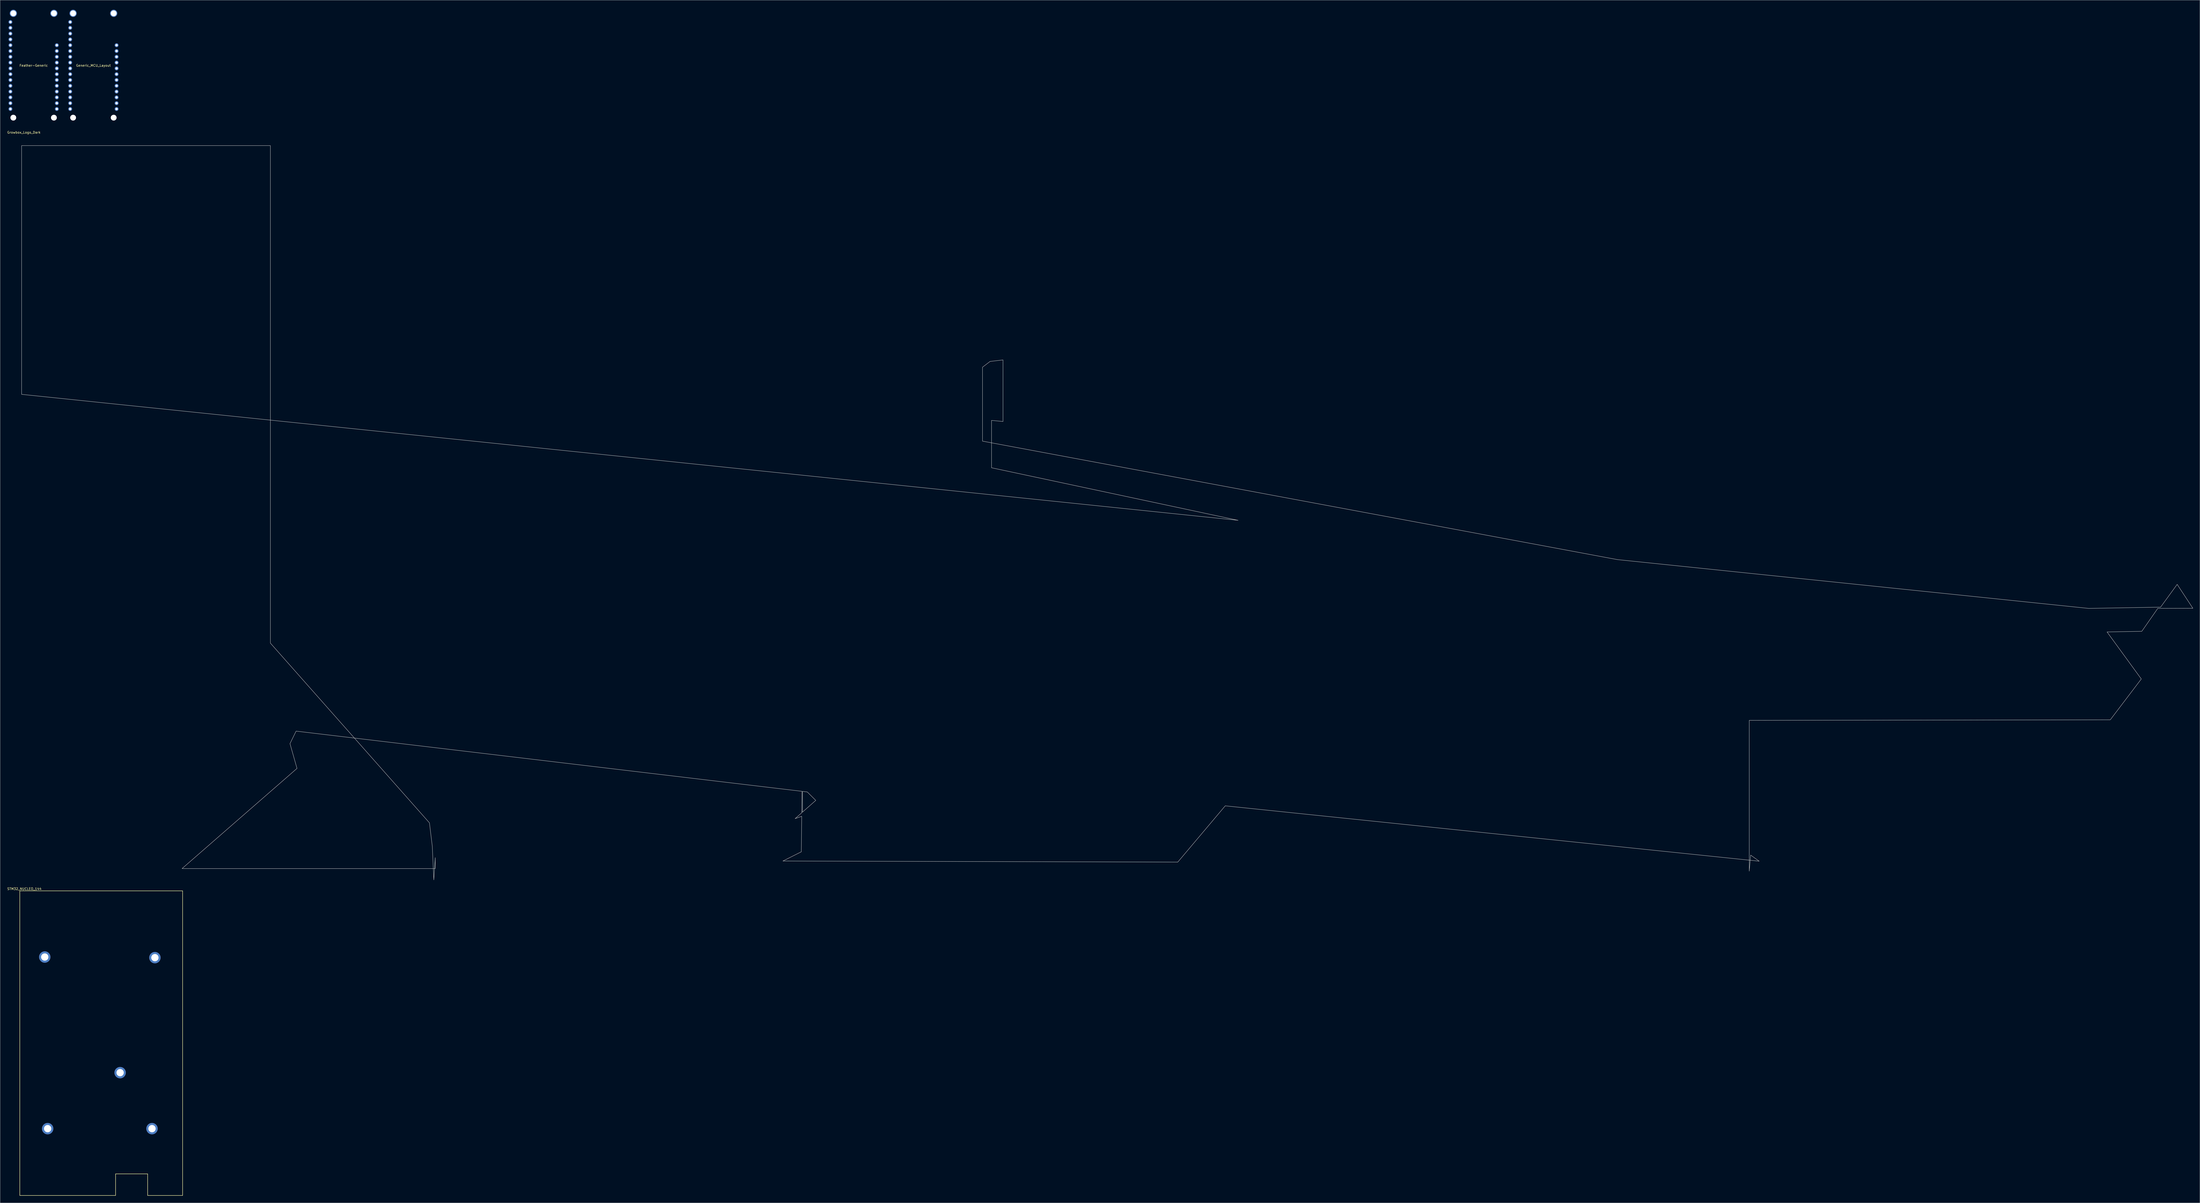
<source format=kicad_pcb>
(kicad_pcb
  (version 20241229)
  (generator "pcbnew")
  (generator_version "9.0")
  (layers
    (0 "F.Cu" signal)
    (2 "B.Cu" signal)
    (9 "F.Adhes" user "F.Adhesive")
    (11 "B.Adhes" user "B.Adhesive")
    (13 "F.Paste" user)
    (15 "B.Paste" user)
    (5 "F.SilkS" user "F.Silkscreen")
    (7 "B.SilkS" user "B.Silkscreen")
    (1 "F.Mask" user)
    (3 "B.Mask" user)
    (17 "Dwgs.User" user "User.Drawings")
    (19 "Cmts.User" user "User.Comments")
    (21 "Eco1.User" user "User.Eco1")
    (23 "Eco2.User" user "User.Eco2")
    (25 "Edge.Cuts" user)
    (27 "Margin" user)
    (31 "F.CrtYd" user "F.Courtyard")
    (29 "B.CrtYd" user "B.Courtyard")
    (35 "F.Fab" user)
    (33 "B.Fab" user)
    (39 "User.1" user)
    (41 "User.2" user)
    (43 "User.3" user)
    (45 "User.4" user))
  (footprint "Feather-Generic"
    (layer "F.Cu")
    (at 0.25 0.25)
    (property "Reference" "Feather-Generic" (at 11.43 25.4 0) (layer "F.SilkS") (effects (font (size 1 1) (thickness 0.15))))
    (attr through_hole)
    (fp_line (start 0 2.54) (end 0 48.26) (stroke (width 0.15) (type solid)) (layer "Eco1.User"))
    (fp_line (start 2.54 0) (end 20.32 0) (stroke (width 0.15) (type solid)) (layer "Eco1.User"))
    (fp_line (start 2.54 50.8) (end 20.32 50.8) (stroke (width 0.15) (type solid)) (layer "Eco1.User"))
    (fp_line (start 22.86 2.54) (end 22.86 48.26) (stroke (width 0.15) (type solid)) (layer "Eco1.User"))
    (fp_arc (start 0 2.54) (mid 0.743949 0.743949) (end 2.54 0) (stroke (width 0.15) (type solid)) (layer "Eco1.User"))
    (fp_arc (start 2.54 50.8) (mid 0.743949 50.056051) (end 0 48.26) (stroke (width 0.15) (type solid)) (layer "Eco1.User"))
    (fp_arc (start 20.32 0) (mid 22.116051 0.743949) (end 22.86 2.54) (stroke (width 0.15) (type solid)) (layer "Eco1.User"))
    (fp_arc (start 22.86 48.26) (mid 22.116051 50.056051) (end 20.32 50.8) (stroke (width 0.15) (type solid)) (layer "Eco1.User"))
    (pad "" thru_hole circle (at 2.54 2.54) (size 3.175 3.175) (drill 2.54) (layers "*.Cu" "*.Mask"))
    (pad "" thru_hole circle (at 2.54 48.26) (size 2.54 2.54) (drill 2.54) (layers "*.Cu" "*.Mask"))
    (pad "" thru_hole circle (at 20.32 2.54) (size 3.175 3.175) (drill 2.54) (layers "*.Cu" "*.Mask"))
    (pad "" thru_hole circle (at 20.32 48.26) (size 2.54 2.54) (drill 2.54) (layers "*.Cu" "*.Mask"))
    (pad "1" thru_hole oval (at 1.27 6.35) (size 1.7 1.7) (drill 1) (layers "*.Cu" "*.Mask"))
    (pad "2" thru_hole oval (at 1.27 8.89) (size 1.7 1.7) (drill 1) (layers "*.Cu" "*.Mask"))
    (pad "3" thru_hole oval (at 1.27 11.43) (size 1.7 1.7) (drill 1) (layers "*.Cu" "*.Mask"))
    (pad "4" thru_hole oval (at 1.27 13.97) (size 1.7 1.7) (drill 1) (layers "*.Cu" "*.Mask"))
    (pad "5" thru_hole oval (at 1.27 16.51) (size 1.7 1.7) (drill 1) (layers "*.Cu" "*.Mask"))
    (pad "6" thru_hole oval (at 1.27 19.05) (size 1.7 1.7) (drill 1) (layers "*.Cu" "*.Mask"))
    (pad "7" thru_hole oval (at 1.27 21.59) (size 1.7 1.7) (drill 1) (layers "*.Cu" "*.Mask"))
    (pad "8" thru_hole oval (at 1.27 24.13) (size 1.7 1.7) (drill 1) (layers "*.Cu" "*.Mask"))
    (pad "9" thru_hole oval (at 1.27 26.67) (size 1.7 1.7) (drill 1) (layers "*.Cu" "*.Mask"))
    (pad "10" thru_hole oval (at 1.27 29.21) (size 1.7 1.7) (drill 1) (layers "*.Cu" "*.Mask"))
    (pad "11" thru_hole oval (at 1.27 31.75) (size 1.7 1.7) (drill 1) (layers "*.Cu" "*.Mask"))
    (pad "12" thru_hole oval (at 1.27 34.29) (size 1.7 1.7) (drill 1) (layers "*.Cu" "*.Mask"))
    (pad "13" thru_hole oval (at 1.27 36.83) (size 1.7 1.7) (drill 1) (layers "*.Cu" "*.Mask"))
    (pad "14" thru_hole oval (at 1.27 39.37) (size 1.7 1.7) (drill 1) (layers "*.Cu" "*.Mask"))
    (pad "15" thru_hole oval (at 1.27 41.91) (size 1.7 1.7) (drill 1) (layers "*.Cu" "*.Mask"))
    (pad "16" thru_hole oval (at 1.27 44.45) (size 1.7 1.7) (drill 1) (layers "*.Cu" "*.Mask"))
    (pad "17" thru_hole oval (at 21.59 44.45) (size 1.7 1.7) (drill 1) (layers "*.Cu" "*.Mask"))
    (pad "18" thru_hole oval (at 21.59 41.91) (size 1.7 1.7) (drill 1) (layers "*.Cu" "*.Mask"))
    (pad "19" thru_hole oval (at 21.59 39.37) (size 1.7 1.7) (drill 1) (layers "*.Cu" "*.Mask"))
    (pad "20" thru_hole oval (at 21.59 36.83) (size 1.7 1.7) (drill 1) (layers "*.Cu" "*.Mask"))
    (pad "21" thru_hole oval (at 21.59 34.29) (size 1.7 1.7) (drill 1) (layers "*.Cu" "*.Mask"))
    (pad "22" thru_hole oval (at 21.59 31.75) (size 1.7 1.7) (drill 1) (layers "*.Cu" "*.Mask"))
    (pad "23" thru_hole oval (at 21.59 29.21) (size 1.7 1.7) (drill 1) (layers "*.Cu" "*.Mask"))
    (pad "24" thru_hole oval (at 21.59 26.67) (size 1.7 1.7) (drill 1) (layers "*.Cu" "*.Mask"))
    (pad "25" thru_hole oval (at 21.59 24.13) (size 1.7 1.7) (drill 1) (layers "*.Cu" "*.Mask"))
    (pad "26" thru_hole oval (at 21.59 21.59) (size 1.7 1.7) (drill 1) (layers "*.Cu" "*.Mask"))
    (pad "27" thru_hole oval (at 21.59 19.05) (size 1.7 1.7) (drill 1) (layers "*.Cu" "*.Mask"))
    (pad "28" thru_hole oval (at 21.59 16.51) (size 1.7 1.7) (drill 1) (layers "*.Cu" "*.Mask")))
  (footprint "Generic_MCU_Layout"
    (layer "F.Cu")
    (at 26.435 0.25)
    (property "Reference" "Generic_MCU_Layout" (at 11.43 25.4 0) (layer "F.SilkS") (effects (font (size 1 1) (thickness 0.15))))
    (attr through_hole)
    (fp_line (start 0 2.54) (end 0 48.26) (stroke (width 0.15) (type solid)) (layer "Eco1.User"))
    (fp_line (start 2.54 0) (end 20.32 0) (stroke (width 0.15) (type solid)) (layer "Eco1.User"))
    (fp_line (start 2.54 50.8) (end 20.32 50.8) (stroke (width 0.15) (type solid)) (layer "Eco1.User"))
    (fp_line (start 22.86 2.54) (end 22.86 48.26) (stroke (width 0.15) (type solid)) (layer "Eco1.User"))
    (fp_arc (start 0 2.54) (mid 0.743949 0.743949) (end 2.54 0) (stroke (width 0.15) (type solid)) (layer "Eco1.User"))
    (fp_arc (start 2.54 50.8) (mid 0.743949 50.056051) (end 0 48.26) (stroke (width 0.15) (type solid)) (layer "Eco1.User"))
    (fp_arc (start 20.32 0) (mid 22.116051 0.743949) (end 22.86 2.54) (stroke (width 0.15) (type solid)) (layer "Eco1.User"))
    (fp_arc (start 22.86 48.26) (mid 22.116051 50.056051) (end 20.32 50.8) (stroke (width 0.15) (type solid)) (layer "Eco1.User"))
    (pad "" thru_hole circle (at 2.54 2.54) (size 3.175 3.175) (drill 2.54) (layers "*.Cu" "*.Mask"))
    (pad "" thru_hole circle (at 2.54 48.26) (size 2.54 2.54) (drill 2.54) (layers "*.Cu" "*.Mask"))
    (pad "" thru_hole circle (at 20.32 2.54) (size 3.175 3.175) (drill 2.54) (layers "*.Cu" "*.Mask"))
    (pad "" thru_hole circle (at 20.32 48.26) (size 2.54 2.54) (drill 2.54) (layers "*.Cu" "*.Mask"))
    (pad "1" thru_hole oval (at 1.27 6.35) (size 1.7 1.7) (drill 1) (layers "*.Cu" "*.Mask"))
    (pad "2" thru_hole oval (at 1.27 8.89) (size 1.7 1.7) (drill 1) (layers "*.Cu" "*.Mask"))
    (pad "3" thru_hole oval (at 1.27 11.43) (size 1.7 1.7) (drill 1) (layers "*.Cu" "*.Mask"))
    (pad "4" thru_hole oval (at 1.27 13.97) (size 1.7 1.7) (drill 1) (layers "*.Cu" "*.Mask"))
    (pad "5" thru_hole oval (at 1.27 16.51) (size 1.7 1.7) (drill 1) (layers "*.Cu" "*.Mask"))
    (pad "6" thru_hole oval (at 1.27 19.05) (size 1.7 1.7) (drill 1) (layers "*.Cu" "*.Mask"))
    (pad "7" thru_hole oval (at 1.27 21.59) (size 1.7 1.7) (drill 1) (layers "*.Cu" "*.Mask"))
    (pad "8" thru_hole oval (at 1.27 24.13) (size 1.7 1.7) (drill 1) (layers "*.Cu" "*.Mask"))
    (pad "9" thru_hole oval (at 1.27 26.67) (size 1.7 1.7) (drill 1) (layers "*.Cu" "*.Mask"))
    (pad "10" thru_hole oval (at 1.27 29.21) (size 1.7 1.7) (drill 1) (layers "*.Cu" "*.Mask"))
    (pad "11" thru_hole oval (at 1.27 31.75) (size 1.7 1.7) (drill 1) (layers "*.Cu" "*.Mask"))
    (pad "12" thru_hole oval (at 1.27 34.29) (size 1.7 1.7) (drill 1) (layers "*.Cu" "*.Mask"))
    (pad "13" thru_hole oval (at 1.27 36.83) (size 1.7 1.7) (drill 1) (layers "*.Cu" "*.Mask"))
    (pad "14" thru_hole oval (at 1.27 39.37) (size 1.7 1.7) (drill 1) (layers "*.Cu" "*.Mask"))
    (pad "15" thru_hole oval (at 1.27 41.91) (size 1.7 1.7) (drill 1) (layers "*.Cu" "*.Mask"))
    (pad "16" thru_hole oval (at 1.27 44.45) (size 1.7 1.7) (drill 1) (layers "*.Cu" "*.Mask"))
    (pad "17" thru_hole oval (at 21.59 44.45) (size 1.7 1.7) (drill 1) (layers "*.Cu" "*.Mask"))
    (pad "18" thru_hole oval (at 21.59 41.91) (size 1.7 1.7) (drill 1) (layers "*.Cu" "*.Mask"))
    (pad "19" thru_hole oval (at 21.59 39.37) (size 1.7 1.7) (drill 1) (layers "*.Cu" "*.Mask"))
    (pad "20" thru_hole oval (at 21.59 36.83) (size 1.7 1.7) (drill 1) (layers "*.Cu" "*.Mask"))
    (pad "21" thru_hole oval (at 21.59 34.29) (size 1.7 1.7) (drill 1) (layers "*.Cu" "*.Mask"))
    (pad "22" thru_hole oval (at 21.59 31.75) (size 1.7 1.7) (drill 1) (layers "*.Cu" "*.Mask"))
    (pad "23" thru_hole oval (at 21.59 29.21) (size 1.7 1.7) (drill 1) (layers "*.Cu" "*.Mask"))
    (pad "24" thru_hole oval (at 21.59 26.67) (size 1.7 1.7) (drill 1) (layers "*.Cu" "*.Mask"))
    (pad "25" thru_hole oval (at 21.59 24.13) (size 1.7 1.7) (drill 1) (layers "*.Cu" "*.Mask"))
    (pad "26" thru_hole oval (at 21.59 21.59) (size 1.7 1.7) (drill 1) (layers "*.Cu" "*.Mask"))
    (pad "27" thru_hole oval (at 21.59 19.05) (size 1.7 1.7) (drill 1) (layers "*.Cu" "*.Mask"))
    (pad "28" thru_hole oval (at 21.59 16.51) (size 1.7 1.7) (drill 1) (layers "*.Cu" "*.Mask")))
  (footprint "STM32_NUCLEO_144"
    (layer "F.Cu")
    (at 5.625 520.768)
    (property "Reference" "STM32_NUCLEO_144" (at 2 -134.35 0) (layer "F.SilkS") (effects (font (size 1 1) (thickness 0.15))))
    (attr through_hole)
    (fp_line (start 0 -133.469) (end 71.334 -133.469) (stroke (width 0.2) (type solid)) (layer "F.SilkS"))
    (fp_line (start 0 0) (end 0 -133.469) (stroke (width 0.2) (type solid)) (layer "F.SilkS"))
    (fp_line (start 0 0) (end 41.966 0) (stroke (width 0.2) (type solid)) (layer "F.SilkS"))
    (fp_line (start 41.966 -9.458) (end 56.011 -9.458) (stroke (width 0.2) (type solid)) (layer "F.SilkS"))
    (fp_line (start 41.966 0) (end 41.966 -9.458) (stroke (width 0.2) (type solid)) (layer "F.SilkS"))
    (fp_line (start 56.011 0) (end 56.011 -9.458) (stroke (width 0.2) (type solid)) (layer "F.SilkS"))
    (fp_line (start 56.011 0) (end 71.334 0) (stroke (width 0.2) (type solid)) (layer "F.SilkS"))
    (fp_line (start 71.334 0) (end 71.334 -133.469) (stroke (width 0.2) (type solid)) (layer "F.SilkS"))
    (pad "" thru_hole circle (at 10.934 -104.475) (size 5 5) (drill 3.2) (layers "*.Cu" "*.Mask"))
    (pad "" thru_hole circle (at 12.204 -29.275) (size 5 5) (drill 3.2) (layers "*.Cu" "*.Mask"))
    (pad "" thru_hole circle (at 43.954 -53.812) (size 5 5) (drill 3.2) (layers "*.Cu" "*.Mask"))
    (pad "" thru_hole circle (at 57.924 -29.275) (size 5 5) (drill 3.2) (layers "*.Cu" "*.Mask"))
    (pad "" thru_hole circle (at 59.194 -104.205) (size 5 5) (drill 3.2) (layers "*.Cu" "*.Mask")))
  (footprint "Growbox_Logo_Dark"
    (layer "F.Cu")
    (at 7.182 59.977)
    (property "Reference" "Growbox_Logo_Dark" (at 0.229 -5.004 180) (layer "F.SilkS") (effects (font (size 1 1) (thickness 0.15))))
    (attr through_hole)
    (fp_poly (pts (xy -0.768 109.768) (xy -0.768 0.768) (xy 108.232 0.768) (xy 108.232 109.768) (xy 108.232 218.768) (xy 177.918 297.518) (xy 179.166 307.768) (xy 179.832 322.518) (xy 180.456 312.768) (xy 180.456 317.56) (xy 180.456 228.56) (xy 180.456 139.56) (xy 180.456 228.56) (xy 180.456 317.56) (xy 44.383 317.56) (xy 69.533 317.56) (xy 119.897 273.666) (xy 116.813 262.815) (xy 119.502 257.333) (xy 343.452 283.982) (xy 347.18 287.679) (xy 338.124 295.679) (xy 341.374 294.514) (xy 341.374 280.112) (xy 341.374 265.71) (xy 341.105 287.96) (xy 340.836 310.21) (xy 332.784 314.249) (xy 505.784 314.718) (xy 526.576 290.066) (xy 760.523 314.328) (xy 756.784 311.658) (xy 756.474 315.176) (xy 756.163 318.693) (xy 756.163 262.193) (xy 756.163 205.693) (xy 756.163 224.171) (xy 756.163 242.649) (xy 760.762 239.733) (xy 774.063 215.846) (xy 856.023 240.124) (xy 876.815 215.471) (xy 420.232 130.268) (xy 420.232 88.768) (xy 420.232 93.319) (xy 420.232 97.87) (xy 423.537 95.349) (xy 429.208 94.683) (xy 429.208 108.173) (xy 429.208 121.664) (xy 424.19 121.182) (xy 424.184 141.932) (xy 608.279 181.182) (xy 616.681 206.388) (xy 625.083 231.594) (xy 630.285 216.638) (xy 633.897 206.388) (xy 642.199 231.362) (xy 649.175 211.112) (xy 634.889 251.612) (xy 620.826 251.888) (xy 606.763 252.165) (xy 599.502 230.888) (xy 591.626 252.851) (xy 914.338 252.377) (xy 927.925 234.483) (xy 924.576 229.877) (xy 912.92 213.877) (xy 928.153 213.599) (xy 935.153 203.543) (xy 950.525 203.509) (xy 943.641 193.028) (xy 936.387 203.005) (xy 920.623 203.281) (xy 904.86 203.557)) (stroke (width 0.15) (type solid)) (fill no) (layer "Dwgs.User")))
  (gr_rect
    (start -3 -3)
    (end 960.782 524.018)
    (stroke (width 0.1) (type default))
    (fill no)
    (layer "Edge.Cuts")))
</source>
